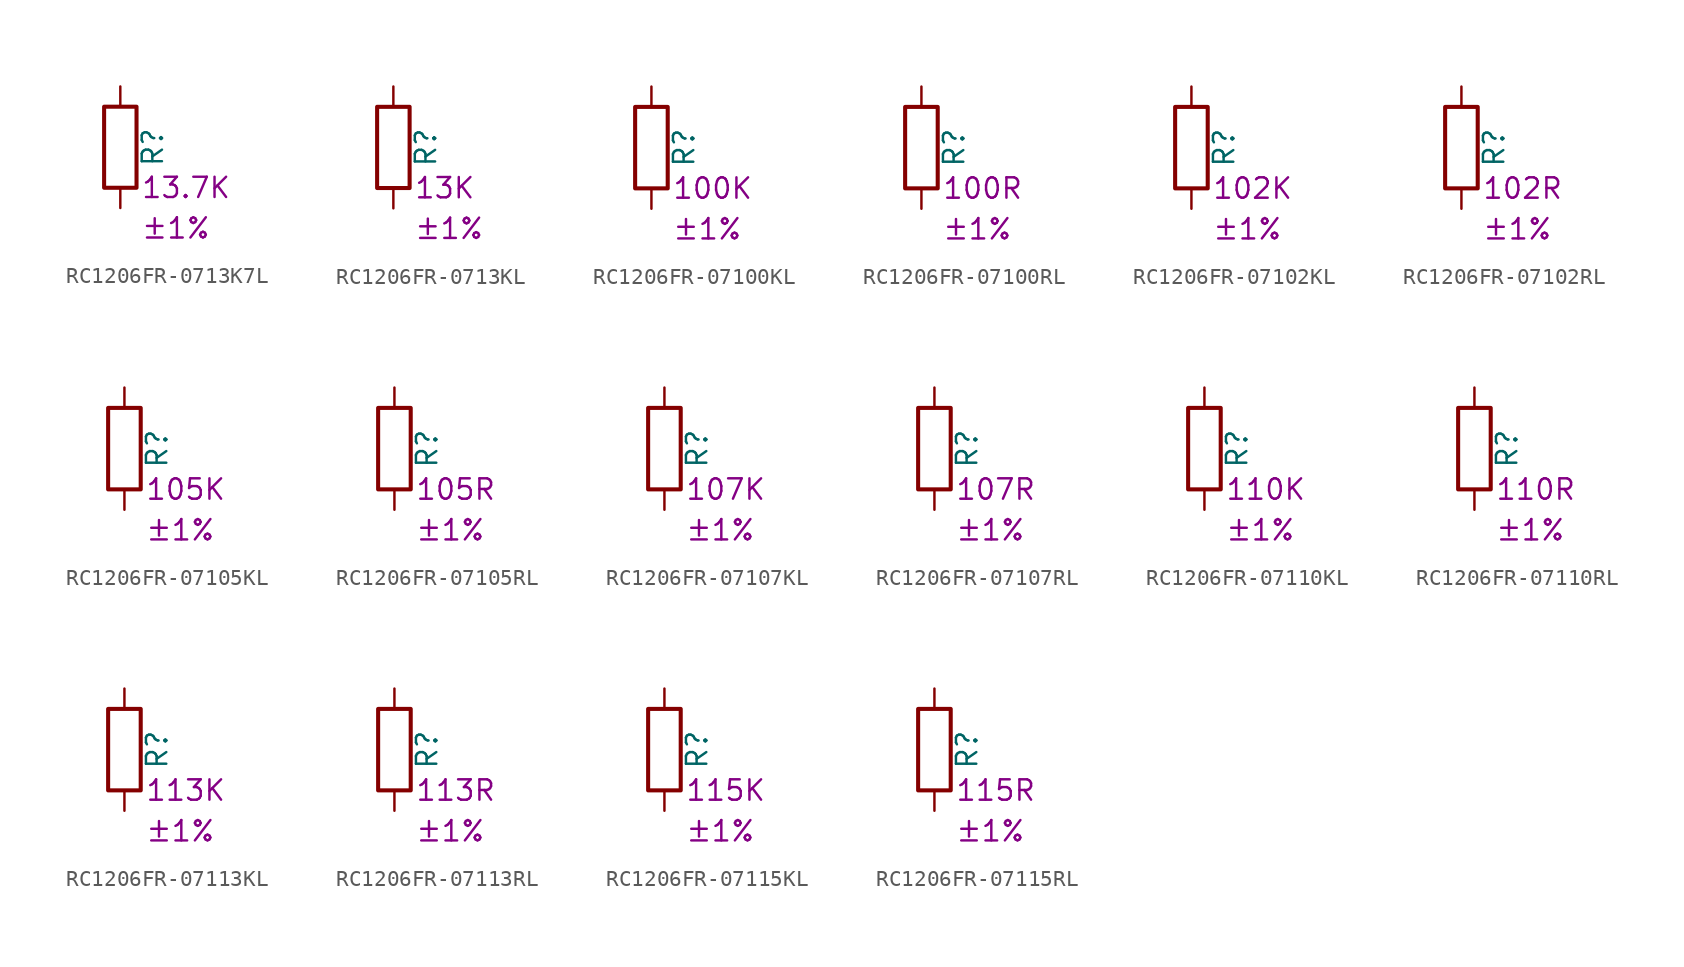
<source format=kicad_sym>
(kicad_symbol_lib
  (version 20220914)
  (generator kicad_symbol_editor)
  (symbol "RC1206FR-0713K7L"
    (pin_numbers hide)
    (pin_names
      (offset 0))
    (property "Reference" "R"
      (at 2.032 0 90)
      (effects (font (size 1.27 1.27))))
    (property "Resistance" "13.7K"
      (at 1.27 -2.54 0)
      (effects (font (size 1.27 1.27)) (justify left)))
    (property "Tolerance" "±1%"
      (at 1.27 -5.08 0)
      (effects (font (size 1.27 1.27)) (justify left)))
    (symbol "RC1206FR-0713K7L_0_1"
      (rectangle (start -1.016 -2.54) (end 1.016 2.54) (stroke (width 0.254) (type default)) (fill (type none))))
    (symbol "RC1206FR-0713K7L_1_1"
      (pin passive line (at 0 3.81 270) (length 1.27) (name "~" (effects (font (size 1.27 1.27)))) (number "1" (effects (font (size 1.27 1.27)))))
      (pin passive line (at 0 -3.81 90) (length 1.27) (name "~" (effects (font (size 1.27 1.27)))) (number "2" (effects (font (size 1.27 1.27)))))))
  (symbol "RC1206FR-0713KL"
    (pin_numbers hide)
    (pin_names
      (offset 0))
    (property "Reference" "R"
      (at 2.032 0 90)
      (effects (font (size 1.27 1.27))))
    (property "Resistance" "13K"
      (at 1.27 -2.54 0)
      (effects (font (size 1.27 1.27)) (justify left)))
    (property "Tolerance" "±1%"
      (at 1.27 -5.08 0)
      (effects (font (size 1.27 1.27)) (justify left)))
    (symbol "RC1206FR-0713KL_0_1"
      (rectangle (start -1.016 -2.54) (end 1.016 2.54) (stroke (width 0.254) (type default)) (fill (type none))))
    (symbol "RC1206FR-0713KL_1_1"
      (pin passive line (at 0 3.81 270) (length 1.27) (name "~" (effects (font (size 1.27 1.27)))) (number "1" (effects (font (size 1.27 1.27)))))
      (pin passive line (at 0 -3.81 90) (length 1.27) (name "~" (effects (font (size 1.27 1.27)))) (number "2" (effects (font (size 1.27 1.27)))))))
  (symbol "RC1206FR-07100KL"
    (pin_numbers hide)
    (pin_names
      (offset 0))
    (property "Reference" "R"
      (at 2.032 0 90)
      (effects (font (size 1.27 1.27))))
    (property "Resistance" "100K"
      (at 1.27 -2.54 0)
      (effects (font (size 1.27 1.27)) (justify left)))
    (property "Tolerance" "±1%"
      (at 1.27 -5.08 0)
      (effects (font (size 1.27 1.27)) (justify left)))
    (symbol "RC1206FR-07100KL_0_1"
      (rectangle (start -1.016 -2.54) (end 1.016 2.54) (stroke (width 0.254) (type default)) (fill (type none))))
    (symbol "RC1206FR-07100KL_1_1"
      (pin passive line (at 0 3.81 270) (length 1.27) (name "~" (effects (font (size 1.27 1.27)))) (number "1" (effects (font (size 1.27 1.27)))))
      (pin passive line (at 0 -3.81 90) (length 1.27) (name "~" (effects (font (size 1.27 1.27)))) (number "2" (effects (font (size 1.27 1.27)))))))
  (symbol "RC1206FR-07100RL"
    (pin_numbers hide)
    (pin_names
      (offset 0))
    (property "Reference" "R"
      (at 2.032 0 90)
      (effects (font (size 1.27 1.27))))
    (property "Resistance" "100R"
      (at 1.27 -2.54 0)
      (effects (font (size 1.27 1.27)) (justify left)))
    (property "Tolerance" "±1%"
      (at 1.27 -5.08 0)
      (effects (font (size 1.27 1.27)) (justify left)))
    (symbol "RC1206FR-07100RL_0_1"
      (rectangle (start -1.016 -2.54) (end 1.016 2.54) (stroke (width 0.254) (type default)) (fill (type none))))
    (symbol "RC1206FR-07100RL_1_1"
      (pin passive line (at 0 3.81 270) (length 1.27) (name "~" (effects (font (size 1.27 1.27)))) (number "1" (effects (font (size 1.27 1.27)))))
      (pin passive line (at 0 -3.81 90) (length 1.27) (name "~" (effects (font (size 1.27 1.27)))) (number "2" (effects (font (size 1.27 1.27)))))))
  (symbol "RC1206FR-07102KL"
    (pin_numbers hide)
    (pin_names
      (offset 0))
    (property "Reference" "R"
      (at 2.032 0 90)
      (effects (font (size 1.27 1.27))))
    (property "Resistance" "102K"
      (at 1.27 -2.54 0)
      (effects (font (size 1.27 1.27)) (justify left)))
    (property "Tolerance" "±1%"
      (at 1.27 -5.08 0)
      (effects (font (size 1.27 1.27)) (justify left)))
    (symbol "RC1206FR-07102KL_0_1"
      (rectangle (start -1.016 -2.54) (end 1.016 2.54) (stroke (width 0.254) (type default)) (fill (type none))))
    (symbol "RC1206FR-07102KL_1_1"
      (pin passive line (at 0 3.81 270) (length 1.27) (name "~" (effects (font (size 1.27 1.27)))) (number "1" (effects (font (size 1.27 1.27)))))
      (pin passive line (at 0 -3.81 90) (length 1.27) (name "~" (effects (font (size 1.27 1.27)))) (number "2" (effects (font (size 1.27 1.27)))))))
  (symbol "RC1206FR-07102RL"
    (pin_numbers hide)
    (pin_names
      (offset 0))
    (property "Reference" "R"
      (at 2.032 0 90)
      (effects (font (size 1.27 1.27))))
    (property "Resistance" "102R"
      (at 1.27 -2.54 0)
      (effects (font (size 1.27 1.27)) (justify left)))
    (property "Tolerance" "±1%"
      (at 1.27 -5.08 0)
      (effects (font (size 1.27 1.27)) (justify left)))
    (symbol "RC1206FR-07102RL_0_1"
      (rectangle (start -1.016 -2.54) (end 1.016 2.54) (stroke (width 0.254) (type default)) (fill (type none))))
    (symbol "RC1206FR-07102RL_1_1"
      (pin passive line (at 0 3.81 270) (length 1.27) (name "~" (effects (font (size 1.27 1.27)))) (number "1" (effects (font (size 1.27 1.27)))))
      (pin passive line (at 0 -3.81 90) (length 1.27) (name "~" (effects (font (size 1.27 1.27)))) (number "2" (effects (font (size 1.27 1.27)))))))
  (symbol "RC1206FR-07105KL"
    (pin_numbers hide)
    (pin_names
      (offset 0))
    (property "Reference" "R"
      (at 2.032 0 90)
      (effects (font (size 1.27 1.27))))
    (property "Resistance" "105K"
      (at 1.27 -2.54 0)
      (effects (font (size 1.27 1.27)) (justify left)))
    (property "Tolerance" "±1%"
      (at 1.27 -5.08 0)
      (effects (font (size 1.27 1.27)) (justify left)))
    (symbol "RC1206FR-07105KL_0_1"
      (rectangle (start -1.016 -2.54) (end 1.016 2.54) (stroke (width 0.254) (type default)) (fill (type none))))
    (symbol "RC1206FR-07105KL_1_1"
      (pin passive line (at 0 3.81 270) (length 1.27) (name "~" (effects (font (size 1.27 1.27)))) (number "1" (effects (font (size 1.27 1.27)))))
      (pin passive line (at 0 -3.81 90) (length 1.27) (name "~" (effects (font (size 1.27 1.27)))) (number "2" (effects (font (size 1.27 1.27)))))))
  (symbol "RC1206FR-07105RL"
    (pin_numbers hide)
    (pin_names
      (offset 0))
    (property "Reference" "R"
      (at 2.032 0 90)
      (effects (font (size 1.27 1.27))))
    (property "Resistance" "105R"
      (at 1.27 -2.54 0)
      (effects (font (size 1.27 1.27)) (justify left)))
    (property "Tolerance" "±1%"
      (at 1.27 -5.08 0)
      (effects (font (size 1.27 1.27)) (justify left)))
    (symbol "RC1206FR-07105RL_0_1"
      (rectangle (start -1.016 -2.54) (end 1.016 2.54) (stroke (width 0.254) (type default)) (fill (type none))))
    (symbol "RC1206FR-07105RL_1_1"
      (pin passive line (at 0 3.81 270) (length 1.27) (name "~" (effects (font (size 1.27 1.27)))) (number "1" (effects (font (size 1.27 1.27)))))
      (pin passive line (at 0 -3.81 90) (length 1.27) (name "~" (effects (font (size 1.27 1.27)))) (number "2" (effects (font (size 1.27 1.27)))))))
  (symbol "RC1206FR-07107KL"
    (pin_numbers hide)
    (pin_names
      (offset 0))
    (property "Reference" "R"
      (at 2.032 0 90)
      (effects (font (size 1.27 1.27))))
    (property "Resistance" "107K"
      (at 1.27 -2.54 0)
      (effects (font (size 1.27 1.27)) (justify left)))
    (property "Tolerance" "±1%"
      (at 1.27 -5.08 0)
      (effects (font (size 1.27 1.27)) (justify left)))
    (symbol "RC1206FR-07107KL_0_1"
      (rectangle (start -1.016 -2.54) (end 1.016 2.54) (stroke (width 0.254) (type default)) (fill (type none))))
    (symbol "RC1206FR-07107KL_1_1"
      (pin passive line (at 0 3.81 270) (length 1.27) (name "~" (effects (font (size 1.27 1.27)))) (number "1" (effects (font (size 1.27 1.27)))))
      (pin passive line (at 0 -3.81 90) (length 1.27) (name "~" (effects (font (size 1.27 1.27)))) (number "2" (effects (font (size 1.27 1.27)))))))
  (symbol "RC1206FR-07107RL"
    (pin_numbers hide)
    (pin_names
      (offset 0))
    (property "Reference" "R"
      (at 2.032 0 90)
      (effects (font (size 1.27 1.27))))
    (property "Resistance" "107R"
      (at 1.27 -2.54 0)
      (effects (font (size 1.27 1.27)) (justify left)))
    (property "Tolerance" "±1%"
      (at 1.27 -5.08 0)
      (effects (font (size 1.27 1.27)) (justify left)))
    (symbol "RC1206FR-07107RL_0_1"
      (rectangle (start -1.016 -2.54) (end 1.016 2.54) (stroke (width 0.254) (type default)) (fill (type none))))
    (symbol "RC1206FR-07107RL_1_1"
      (pin passive line (at 0 3.81 270) (length 1.27) (name "~" (effects (font (size 1.27 1.27)))) (number "1" (effects (font (size 1.27 1.27)))))
      (pin passive line (at 0 -3.81 90) (length 1.27) (name "~" (effects (font (size 1.27 1.27)))) (number "2" (effects (font (size 1.27 1.27)))))))
  (symbol "RC1206FR-07110KL"
    (pin_numbers hide)
    (pin_names
      (offset 0))
    (property "Reference" "R"
      (at 2.032 0 90)
      (effects (font (size 1.27 1.27))))
    (property "Resistance" "110K"
      (at 1.27 -2.54 0)
      (effects (font (size 1.27 1.27)) (justify left)))
    (property "Tolerance" "±1%"
      (at 1.27 -5.08 0)
      (effects (font (size 1.27 1.27)) (justify left)))
    (symbol "RC1206FR-07110KL_0_1"
      (rectangle (start -1.016 -2.54) (end 1.016 2.54) (stroke (width 0.254) (type default)) (fill (type none))))
    (symbol "RC1206FR-07110KL_1_1"
      (pin passive line (at 0 3.81 270) (length 1.27) (name "~" (effects (font (size 1.27 1.27)))) (number "1" (effects (font (size 1.27 1.27)))))
      (pin passive line (at 0 -3.81 90) (length 1.27) (name "~" (effects (font (size 1.27 1.27)))) (number "2" (effects (font (size 1.27 1.27)))))))
  (symbol "RC1206FR-07110RL"
    (pin_numbers hide)
    (pin_names
      (offset 0))
    (property "Reference" "R"
      (at 2.032 0 90)
      (effects (font (size 1.27 1.27))))
    (property "Resistance" "110R"
      (at 1.27 -2.54 0)
      (effects (font (size 1.27 1.27)) (justify left)))
    (property "Tolerance" "±1%"
      (at 1.27 -5.08 0)
      (effects (font (size 1.27 1.27)) (justify left)))
    (symbol "RC1206FR-07110RL_0_1"
      (rectangle (start -1.016 -2.54) (end 1.016 2.54) (stroke (width 0.254) (type default)) (fill (type none))))
    (symbol "RC1206FR-07110RL_1_1"
      (pin passive line (at 0 3.81 270) (length 1.27) (name "~" (effects (font (size 1.27 1.27)))) (number "1" (effects (font (size 1.27 1.27)))))
      (pin passive line (at 0 -3.81 90) (length 1.27) (name "~" (effects (font (size 1.27 1.27)))) (number "2" (effects (font (size 1.27 1.27)))))))
  (symbol "RC1206FR-07113KL"
    (pin_numbers hide)
    (pin_names
      (offset 0))
    (property "Reference" "R"
      (at 2.032 0 90)
      (effects (font (size 1.27 1.27))))
    (property "Resistance" "113K"
      (at 1.27 -2.54 0)
      (effects (font (size 1.27 1.27)) (justify left)))
    (property "Tolerance" "±1%"
      (at 1.27 -5.08 0)
      (effects (font (size 1.27 1.27)) (justify left)))
    (symbol "RC1206FR-07113KL_0_1"
      (rectangle (start -1.016 -2.54) (end 1.016 2.54) (stroke (width 0.254) (type default)) (fill (type none))))
    (symbol "RC1206FR-07113KL_1_1"
      (pin passive line (at 0 3.81 270) (length 1.27) (name "~" (effects (font (size 1.27 1.27)))) (number "1" (effects (font (size 1.27 1.27)))))
      (pin passive line (at 0 -3.81 90) (length 1.27) (name "~" (effects (font (size 1.27 1.27)))) (number "2" (effects (font (size 1.27 1.27)))))))
  (symbol "RC1206FR-07113RL"
    (pin_numbers hide)
    (pin_names
      (offset 0))
    (property "Reference" "R"
      (at 2.032 0 90)
      (effects (font (size 1.27 1.27))))
    (property "Resistance" "113R"
      (at 1.27 -2.54 0)
      (effects (font (size 1.27 1.27)) (justify left)))
    (property "Tolerance" "±1%"
      (at 1.27 -5.08 0)
      (effects (font (size 1.27 1.27)) (justify left)))
    (symbol "RC1206FR-07113RL_0_1"
      (rectangle (start -1.016 -2.54) (end 1.016 2.54) (stroke (width 0.254) (type default)) (fill (type none))))
    (symbol "RC1206FR-07113RL_1_1"
      (pin passive line (at 0 3.81 270) (length 1.27) (name "~" (effects (font (size 1.27 1.27)))) (number "1" (effects (font (size 1.27 1.27)))))
      (pin passive line (at 0 -3.81 90) (length 1.27) (name "~" (effects (font (size 1.27 1.27)))) (number "2" (effects (font (size 1.27 1.27)))))))
  (symbol "RC1206FR-07115KL"
    (pin_numbers hide)
    (pin_names
      (offset 0))
    (property "Reference" "R"
      (at 2.032 0 90)
      (effects (font (size 1.27 1.27))))
    (property "Resistance" "115K"
      (at 1.27 -2.54 0)
      (effects (font (size 1.27 1.27)) (justify left)))
    (property "Tolerance" "±1%"
      (at 1.27 -5.08 0)
      (effects (font (size 1.27 1.27)) (justify left)))
    (symbol "RC1206FR-07115KL_0_1"
      (rectangle (start -1.016 -2.54) (end 1.016 2.54) (stroke (width 0.254) (type default)) (fill (type none))))
    (symbol "RC1206FR-07115KL_1_1"
      (pin passive line (at 0 3.81 270) (length 1.27) (name "~" (effects (font (size 1.27 1.27)))) (number "1" (effects (font (size 1.27 1.27)))))
      (pin passive line (at 0 -3.81 90) (length 1.27) (name "~" (effects (font (size 1.27 1.27)))) (number "2" (effects (font (size 1.27 1.27)))))))
  (symbol "RC1206FR-07115RL"
    (pin_numbers hide)
    (pin_names
      (offset 0))
    (property "Reference" "R"
      (at 2.032 0 90)
      (effects (font (size 1.27 1.27))))
    (property "Resistance" "115R"
      (at 1.27 -2.54 0)
      (effects (font (size 1.27 1.27)) (justify left)))
    (property "Tolerance" "±1%"
      (at 1.27 -5.08 0)
      (effects (font (size 1.27 1.27)) (justify left)))
    (symbol "RC1206FR-07115RL_0_1"
      (rectangle (start -1.016 -2.54) (end 1.016 2.54) (stroke (width 0.254) (type default)) (fill (type none))))
    (symbol "RC1206FR-07115RL_1_1"
      (pin passive line (at 0 3.81 270) (length 1.27) (name "~" (effects (font (size 1.27 1.27)))) (number "1" (effects (font (size 1.27 1.27)))))
      (pin passive line (at 0 -3.81 90) (length 1.27) (name "~" (effects (font (size 1.27 1.27)))) (number "2" (effects (font (size 1.27 1.27))))))))
</source>
